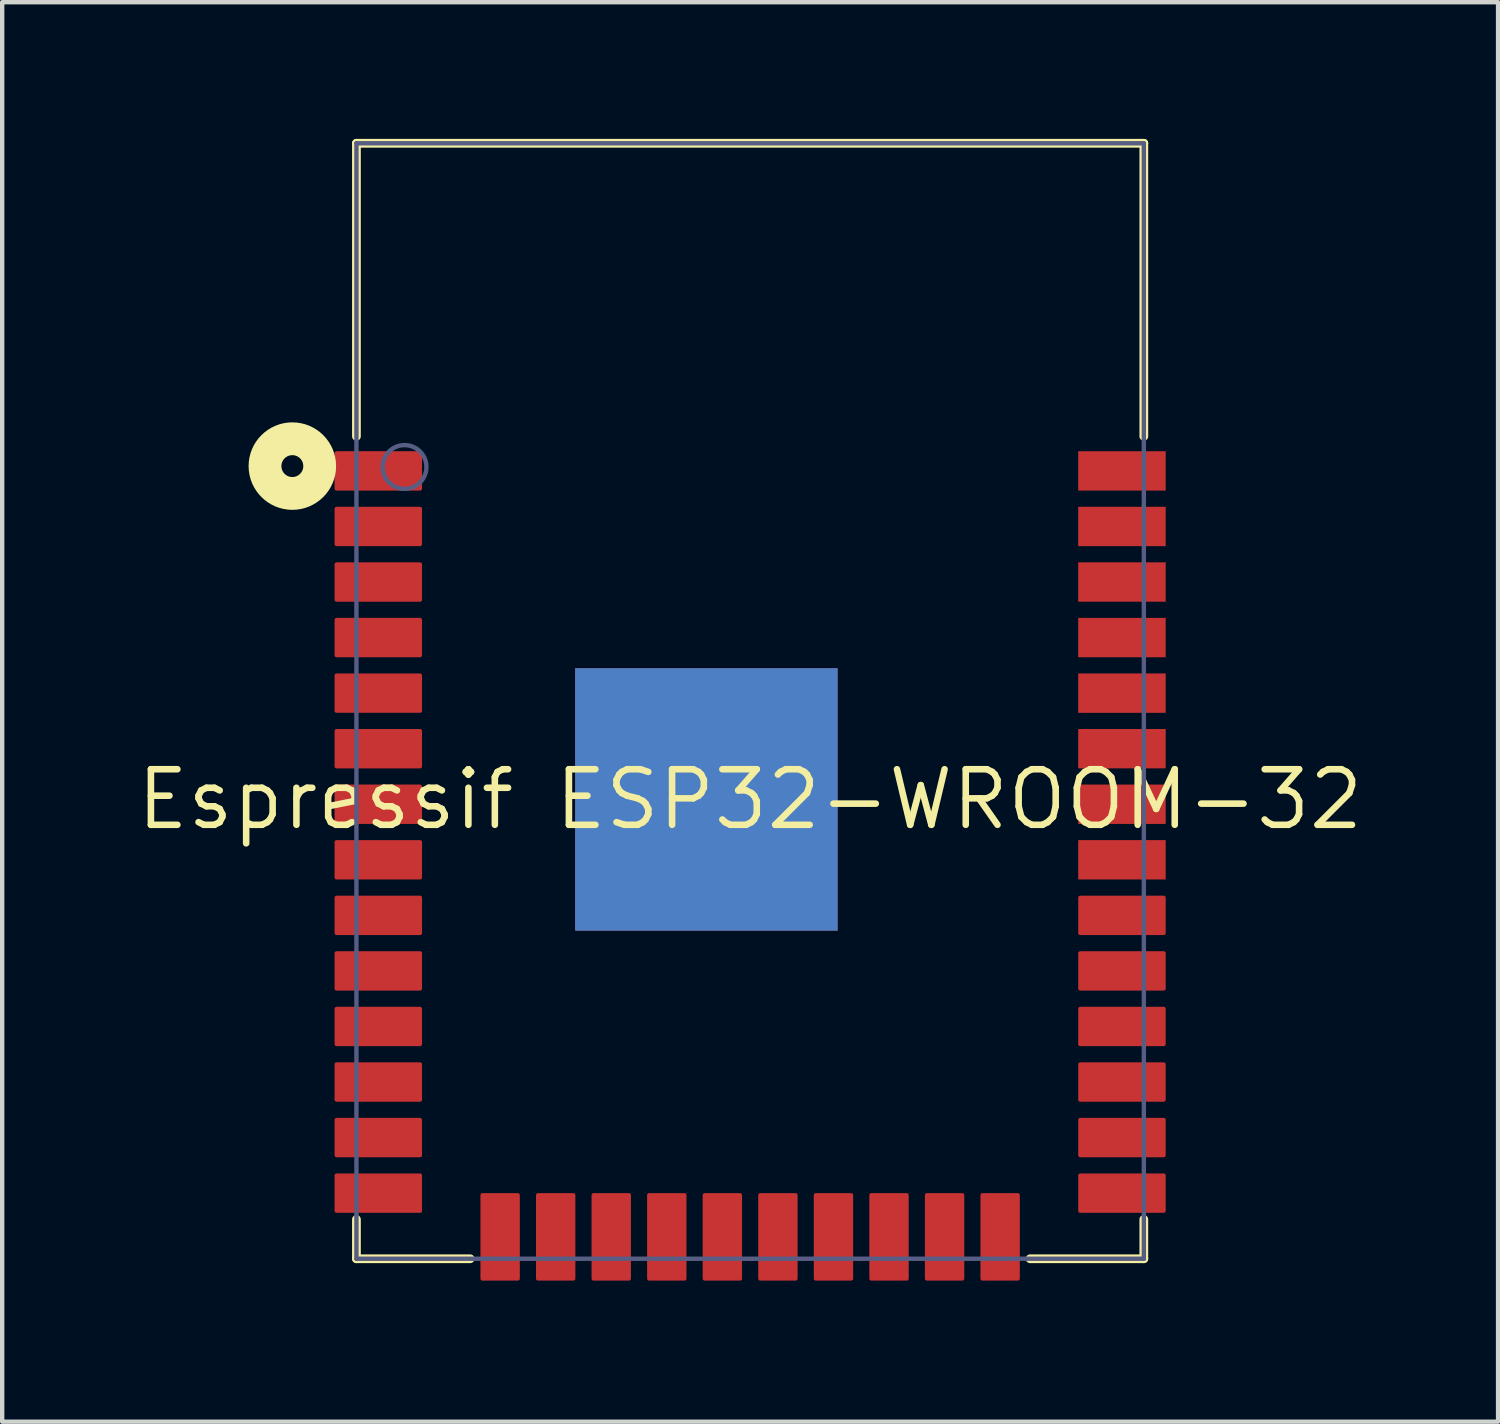
<source format=kicad_pcb>
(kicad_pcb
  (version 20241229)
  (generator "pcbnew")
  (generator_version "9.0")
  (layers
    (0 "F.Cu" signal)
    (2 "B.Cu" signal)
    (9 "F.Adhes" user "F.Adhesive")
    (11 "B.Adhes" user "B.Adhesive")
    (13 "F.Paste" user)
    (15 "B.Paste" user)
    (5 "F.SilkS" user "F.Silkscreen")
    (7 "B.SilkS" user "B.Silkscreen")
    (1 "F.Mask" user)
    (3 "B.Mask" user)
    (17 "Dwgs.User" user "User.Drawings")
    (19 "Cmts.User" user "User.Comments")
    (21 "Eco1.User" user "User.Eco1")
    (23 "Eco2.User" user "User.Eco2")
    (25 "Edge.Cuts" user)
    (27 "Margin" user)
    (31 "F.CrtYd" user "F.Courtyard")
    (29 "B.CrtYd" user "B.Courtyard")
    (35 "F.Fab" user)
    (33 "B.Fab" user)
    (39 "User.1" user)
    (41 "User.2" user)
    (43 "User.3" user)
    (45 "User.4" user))
  (footprint "Espressif ESP32-WROOM-32"
    (layer "F.Cu")
    (at 14.098 15.225)
    (property "Reference" "Espressif ESP32-WROOM-32" (at 0 0 0) (layer "F.SilkS") (effects (font (size 1.27 1.27) (thickness 0.15))))
    (fp_rect (start -4 3) (end 2 -3) (stroke (width 0) (type default)) (fill yes) (layer "F.Cu"))
    (fp_rect (start -4 3) (end 2 -3) (stroke (width 0) (type default)) (fill yes) (layer "B.Cu"))
    (fp_line (start -9 -15) (end 9 -15) (stroke (width 0.2) (type solid)) (layer "F.SilkS"))
    (fp_line (start -9 -8.3) (end -9 -15) (stroke (width 0.2) (type solid)) (layer "F.SilkS"))
    (fp_line (start -9 10.5) (end -9 9.6) (stroke (width 0.2) (type solid)) (layer "F.SilkS"))
    (fp_line (start -9 10.5) (end -6.4 10.5) (stroke (width 0.2) (type solid)) (layer "F.SilkS"))
    (fp_line (start 6.4 10.5) (end 9 10.5) (stroke (width 0.2) (type solid)) (layer "F.SilkS"))
    (fp_line (start 9 -8.3) (end 9 -15) (stroke (width 0.2) (type solid)) (layer "F.SilkS"))
    (fp_line (start 9 10.5) (end 9 9.6) (stroke (width 0.2) (type solid)) (layer "F.SilkS"))
    (fp_circle (center -10.465 -7.62) (end -10.465 -7.87) (stroke (width 0.75) (type solid)) (fill no) (layer "F.SilkS"))
    (fp_line (start -9.7 -15.2) (end 9.7 -15.2) (stroke (width 0.05) (type solid)) (layer "Eco2.User"))
    (fp_line (start -9.7 11.2) (end -9.7 -15.2) (stroke (width 0.05) (type solid)) (layer "Eco2.User"))
    (fp_line (start -9.7 11.2) (end 9.7 11.2) (stroke (width 0.05) (type solid)) (layer "Eco2.User"))
    (fp_line (start -0.5 -0.001) (end 0.5 -0.001) (stroke (width 0.05) (type solid)) (layer "Eco2.User"))
    (fp_line (start 0 0.499) (end 0 -0.501) (stroke (width 0.05) (type solid)) (layer "Eco2.User"))
    (fp_line (start 9.7 11.2) (end 9.7 -15.2) (stroke (width 0.05) (type solid)) (layer "Eco2.User"))
    (fp_line (start -9 -15) (end 9 -15) (stroke (width 0.1) (type solid)) (layer "B.Fab"))
    (fp_line (start -9 10.5) (end -9 -15) (stroke (width 0.1) (type solid)) (layer "B.Fab"))
    (fp_line (start -9 10.5) (end 9 10.5) (stroke (width 0.1) (type solid)) (layer "B.Fab"))
    (fp_line (start 9 10.5) (end 9 -15) (stroke (width 0.1) (type solid)) (layer "B.Fab"))
    (fp_circle (center -7.9 -7.6) (end -7.9 -8.1) (stroke (width 0.1) (type solid)) (fill no) (layer "B.Fab"))
    (pad "1" smd roundrect (at -8.5 -7.51) (size 2 0.9) (layers "F.Cu" "F.Mask" "F.Paste") (roundrect_rratio 0.05))
    (pad "2" smd roundrect (at -8.5 -6.24) (size 2 0.9) (layers "F.Cu" "F.Mask" "F.Paste") (roundrect_rratio 0.05))
    (pad "3" smd roundrect (at -8.5 -4.97) (size 2 0.9) (layers "F.Cu" "F.Mask" "F.Paste") (roundrect_rratio 0.05))
    (pad "4" smd roundrect (at -8.5 -3.7) (size 2 0.9) (layers "F.Cu" "F.Mask" "F.Paste") (roundrect_rratio 0.05))
    (pad "5" smd roundrect (at -8.5 -2.43) (size 2 0.9) (layers "F.Cu" "F.Mask" "F.Paste") (roundrect_rratio 0.05))
    (pad "6" smd roundrect (at -8.5 -1.16) (size 2 0.9) (layers "F.Cu" "F.Mask" "F.Paste") (roundrect_rratio 0.05))
    (pad "7" smd roundrect (at -8.5 0.11) (size 2 0.9) (layers "F.Cu" "F.Mask" "F.Paste") (roundrect_rratio 0.05))
    (pad "8" smd roundrect (at -8.5 1.38) (size 2 0.9) (layers "F.Cu" "F.Mask" "F.Paste") (roundrect_rratio 0.05))
    (pad "9" smd roundrect (at -8.5 2.65) (size 2 0.9) (layers "F.Cu" "F.Mask" "F.Paste") (roundrect_rratio 0.05))
    (pad "10" smd roundrect (at -8.5 3.92) (size 2 0.9) (layers "F.Cu" "F.Mask" "F.Paste") (roundrect_rratio 0.05))
    (pad "11" smd roundrect (at -8.5 5.19 180) (size 2 0.9) (layers "F.Cu" "F.Mask" "F.Paste") (roundrect_rratio 0.05))
    (pad "12" smd roundrect (at -8.5 6.46 180) (size 2 0.9) (layers "F.Cu" "F.Mask" "F.Paste") (roundrect_rratio 0.05))
    (pad "13" smd roundrect (at -8.5 7.73 180) (size 2 0.9) (layers "F.Cu" "F.Mask" "F.Paste") (roundrect_rratio 0.05))
    (pad "14" smd roundrect (at -8.5 9 180) (size 2 0.9) (layers "F.Cu" "F.Mask" "F.Paste") (roundrect_rratio 0.05))
    (pad "15" smd roundrect (at -5.715 10 270) (size 2 0.9) (layers "F.Cu" "F.Mask" "F.Paste") (roundrect_rratio 0.05))
    (pad "16" smd roundrect (at -4.445 10 90) (size 2 0.9) (layers "F.Cu" "F.Mask" "F.Paste") (roundrect_rratio 0.05))
    (pad "17" smd roundrect (at -3.175 10 90) (size 2 0.9) (layers "F.Cu" "F.Mask" "F.Paste") (roundrect_rratio 0.05))
    (pad "18" smd roundrect (at -1.905 10 90) (size 2 0.9) (layers "F.Cu" "F.Mask" "F.Paste") (roundrect_rratio 0.05))
    (pad "19" smd roundrect (at -0.635 10 90) (size 2 0.9) (layers "F.Cu" "F.Mask" "F.Paste") (roundrect_rratio 0.05))
    (pad "20" smd roundrect (at 0.635 10 90) (size 2 0.9) (layers "F.Cu" "F.Mask" "F.Paste") (roundrect_rratio 0.05))
    (pad "21" smd roundrect (at 1.905 10 90) (size 2 0.9) (layers "F.Cu" "F.Mask" "F.Paste") (roundrect_rratio 0.05))
    (pad "22" smd roundrect (at 3.175 10 90) (size 2 0.9) (layers "F.Cu" "F.Mask" "F.Paste") (roundrect_rratio 0.05))
    (pad "23" smd roundrect (at 4.445 10 90) (size 2 0.9) (layers "F.Cu" "F.Mask" "F.Paste") (roundrect_rratio 0.05))
    (pad "24" smd roundrect (at 5.715 10 90) (size 2 0.9) (layers "F.Cu" "F.Mask" "F.Paste") (roundrect_rratio 0.05))
    (pad "25" smd roundrect (at 8.5 9) (size 2 0.9) (layers "F.Cu" "F.Mask" "F.Paste") (roundrect_rratio 0.05))
    (pad "26" smd roundrect (at 8.5 7.73) (size 2 0.9) (layers "F.Cu" "F.Mask" "F.Paste") (roundrect_rratio 0.05))
    (pad "27" smd roundrect (at 8.5 6.46) (size 2 0.9) (layers "F.Cu" "F.Mask" "F.Paste") (roundrect_rratio 0.05))
    (pad "28" smd roundrect (at 8.5 5.19) (size 2 0.9) (layers "F.Cu" "F.Mask" "F.Paste") (roundrect_rratio 0.05))
    (pad "29" smd roundrect (at 8.5 3.92) (size 2 0.9) (layers "F.Cu" "F.Mask" "F.Paste") (roundrect_rratio 0.05))
    (pad "30" smd roundrect (at 8.5 2.65) (size 2 0.9) (layers "F.Cu" "F.Mask" "F.Paste") (roundrect_rratio 0.05))
    (pad "31" smd rect (at 8.5 1.38) (size 2 0.9) (layers "F.Cu" "F.Mask" "F.Paste"))
    (pad "32" smd rect (at 8.5 0.11) (size 2 0.9) (layers "F.Cu" "F.Mask" "F.Paste"))
    (pad "33" smd rect (at 8.5 -1.16) (size 2 0.9) (layers "F.Cu" "F.Mask" "F.Paste"))
    (pad "34" smd rect (at 8.5 -2.43) (size 2 0.9) (layers "F.Cu" "F.Mask" "F.Paste"))
    (pad "35" smd rect (at 8.5 -3.7) (size 2 0.9) (layers "F.Cu" "F.Mask" "F.Paste"))
    (pad "36" smd rect (at 8.5 -4.97) (size 2 0.9) (layers "F.Cu" "F.Mask" "F.Paste"))
    (pad "37" smd rect (at 8.5 -6.24) (size 2 0.9) (layers "F.Cu" "F.Mask" "F.Paste"))
    (pad "38" smd rect (at 8.5 -7.51) (size 2 0.9) (layers "F.Cu" "F.Mask" "F.Paste"))
    (pad "39" smd rect (at -2.835 -1.835) (size 1.33 1.33) (layers "F.Cu" "F.Mask" "F.Paste"))
    (pad "39" smd rect (at -2.835 0 90) (size 1.33 1.33) (layers "F.Cu" "F.Mask" "F.Paste"))
    (pad "39" smd rect (at -2.835 1.835 180) (size 1.33 1.33) (layers "F.Cu" "F.Mask" "F.Paste"))
    (pad "39" smd rect (at -1 -1.835) (size 1.33 1.33) (layers "F.Cu" "F.Mask" "F.Paste"))
    (pad "39" smd rect (at -1 0) (size 1.33 1.33) (layers "F.Cu" "F.Mask" "F.Paste"))
    (pad "39" smd rect (at -1 1.835 180) (size 1.33 1.33) (layers "F.Cu" "F.Mask" "F.Paste"))
    (pad "39" smd rect (at 0.835 -1.835) (size 1.33 1.33) (layers "F.Cu" "F.Mask" "F.Paste"))
    (pad "39" smd rect (at 0.835 0 270) (size 1.33 1.33) (layers "F.Cu" "F.Mask" "F.Paste"))
    (pad "39" smd rect (at 0.835 1.835 180) (size 1.33 1.33) (layers "F.Cu" "F.Mask" "F.Paste"))
    (zone (net_name "") (layers "F.Cu" "B.Cu") (hatch edge 0.508) (connect_pads) (min_thickness 0.254) (filled_areas_thickness no) (keepout (tracks not_allowed) (vias not_allowed) (pads not_allowed) (copperpour not_allowed) (footprints allowed)) (placement (enabled no)) (fill) (polygon (pts (xy 5.098 0.225) (xy 23.098 0.225) (xy 23.098 6.525) (xy 5.098 6.525)))))
  (gr_rect
    (start -3 -3)
    (end 31.196 29.45)
    (stroke (width 0.1) (type default))
    (fill no)
    (layer "Edge.Cuts")))
</source>
